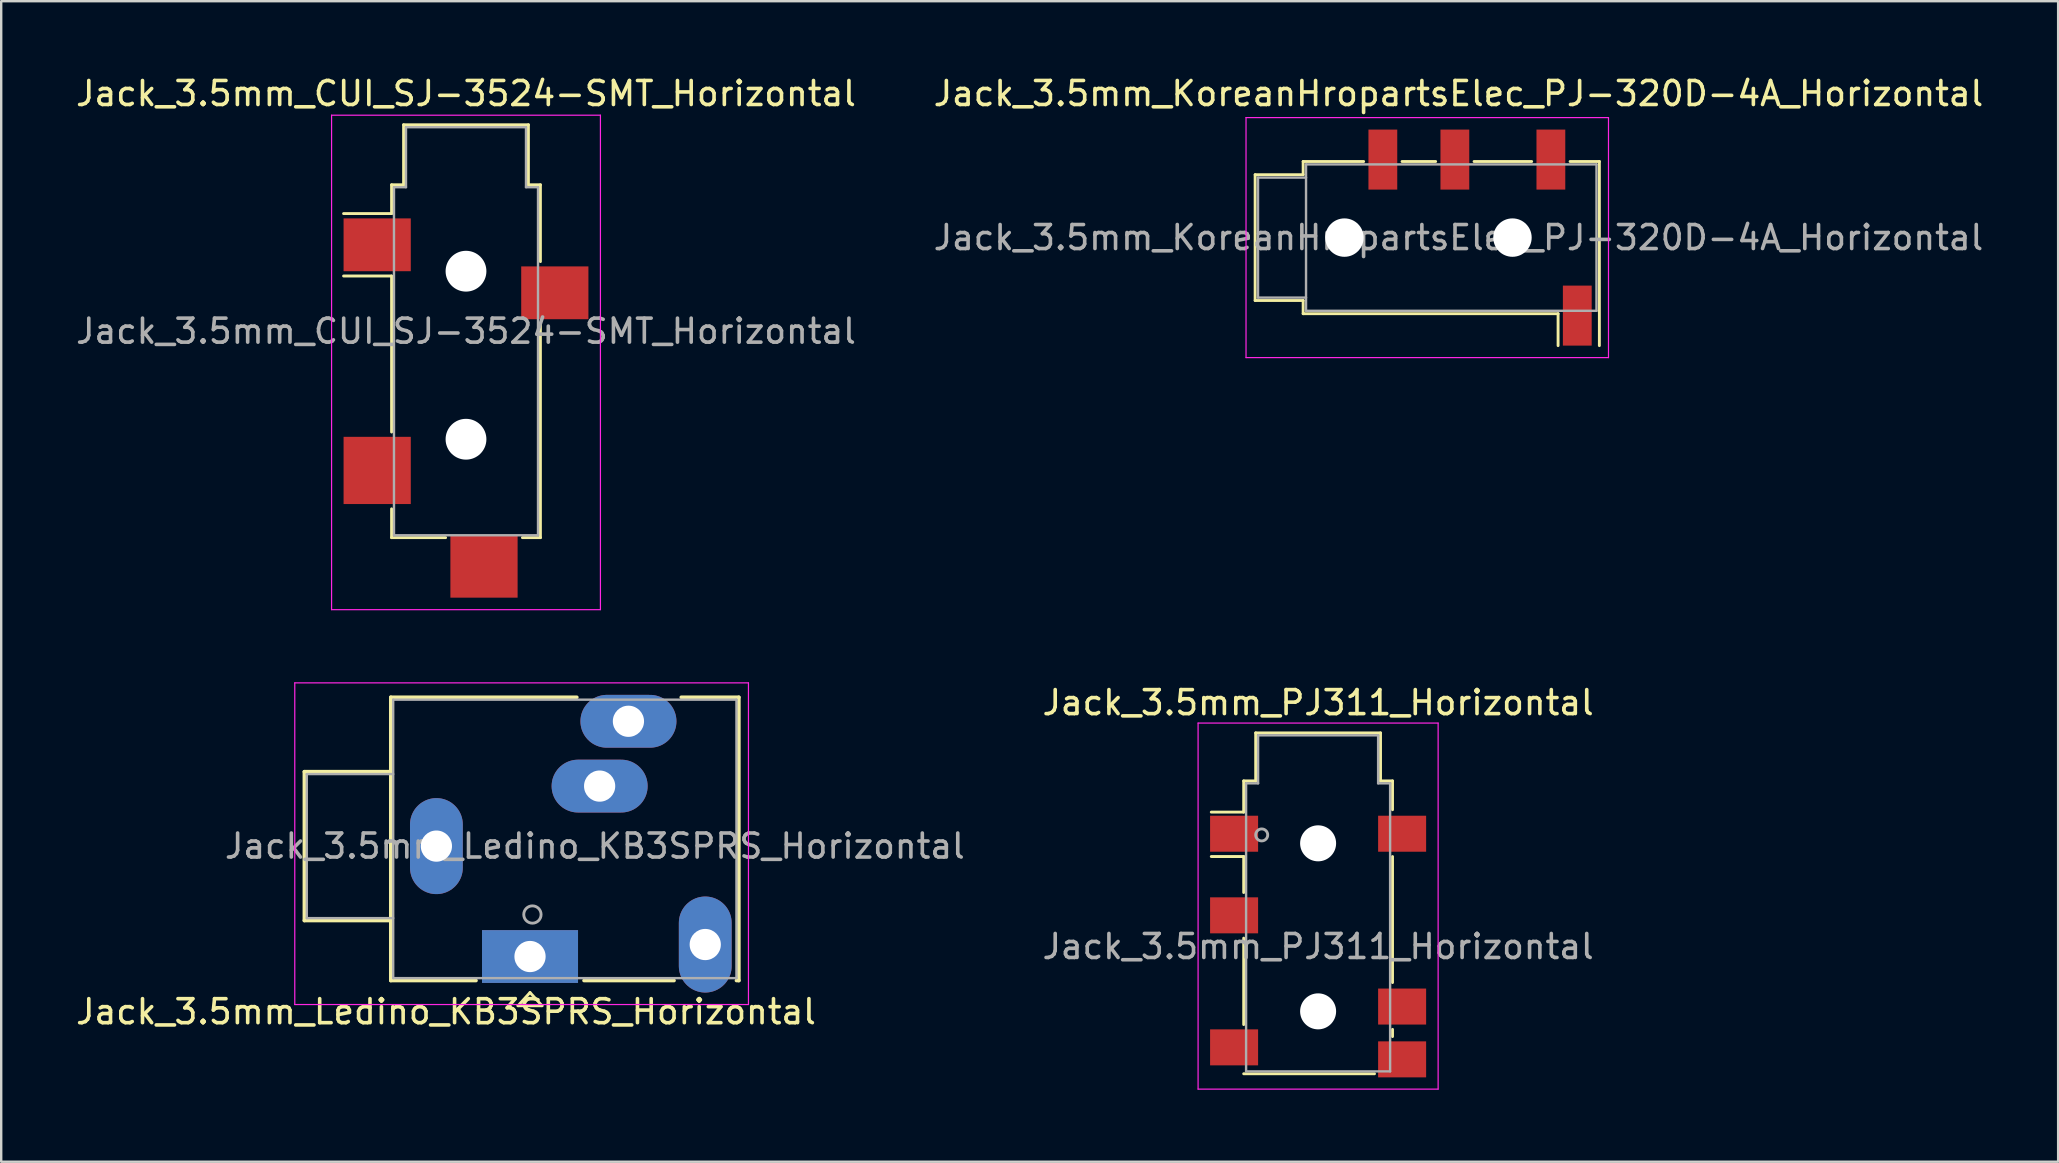
<source format=kicad_pcb>
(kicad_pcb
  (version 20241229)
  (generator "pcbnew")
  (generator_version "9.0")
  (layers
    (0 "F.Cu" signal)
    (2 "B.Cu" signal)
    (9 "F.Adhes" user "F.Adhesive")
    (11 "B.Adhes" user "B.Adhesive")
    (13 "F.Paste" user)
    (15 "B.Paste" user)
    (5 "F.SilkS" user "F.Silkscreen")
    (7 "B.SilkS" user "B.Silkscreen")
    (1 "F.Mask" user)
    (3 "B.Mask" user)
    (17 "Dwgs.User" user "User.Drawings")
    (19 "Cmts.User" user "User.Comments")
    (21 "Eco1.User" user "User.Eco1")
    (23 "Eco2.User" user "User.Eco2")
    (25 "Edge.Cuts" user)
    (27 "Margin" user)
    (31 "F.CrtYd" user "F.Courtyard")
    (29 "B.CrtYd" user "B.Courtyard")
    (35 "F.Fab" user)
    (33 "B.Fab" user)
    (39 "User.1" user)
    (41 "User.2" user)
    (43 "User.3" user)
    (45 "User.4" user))
  (footprint "Jack_3.5mm_PJ311_Horizontal"
    (layer "F.Cu")
    (at 51.861 36.382)
    (property "Reference" "Jack_3.5mm_PJ311_Horizontal" (at 0 -10.16 0) (layer "F.SilkS") (effects (font (size 1 1) (thickness 0.15))))
    (attr smd)
    (fp_line (start -3.1 -6.9) (end -2.6 -6.9) (stroke (width 0.12) (type solid)) (layer "F.SilkS"))
    (fp_line (start -3.1 -5.6) (end -4.45 -5.6) (stroke (width 0.12) (type solid)) (layer "F.SilkS"))
    (fp_line (start -3.1 -5.6) (end -3.1 -6.9) (stroke (width 0.12) (type solid)) (layer "F.SilkS"))
    (fp_line (start -3.1 -3.75) (end -4.45 -3.75) (stroke (width 0.12) (type solid)) (layer "F.SilkS"))
    (fp_line (start -3.1 -2.25) (end -3.1 -3.75) (stroke (width 0.12) (type solid)) (layer "F.SilkS"))
    (fp_line (start -3.1 3.25) (end -3.1 -0.35) (stroke (width 0.12) (type solid)) (layer "F.SilkS"))
    (fp_line (start -2.6 -8.9) (end 2.6 -8.9) (stroke (width 0.12) (type solid)) (layer "F.SilkS"))
    (fp_line (start -2.6 -6.9) (end -2.6 -8.9) (stroke (width 0.12) (type solid)) (layer "F.SilkS"))
    (fp_line (start 2.35 5.3) (end -3.1 5.3) (stroke (width 0.12) (type solid)) (layer "F.SilkS"))
    (fp_line (start 2.6 -8.9) (end 2.6 -6.9) (stroke (width 0.12) (type solid)) (layer "F.SilkS"))
    (fp_line (start 2.6 -6.9) (end 3.1 -6.9) (stroke (width 0.12) (type solid)) (layer "F.SilkS"))
    (fp_line (start 3.1 -6.9) (end 3.1 -5.7) (stroke (width 0.12) (type solid)) (layer "F.SilkS"))
    (fp_line (start 3.1 -3.75) (end 3.1 1.5) (stroke (width 0.12) (type solid)) (layer "F.SilkS"))
    (fp_line (start 3.1 3.45) (end 3.1 3.75) (stroke (width 0.12) (type solid)) (layer "F.SilkS"))
    (fp_line (start -5 -9.31) (end -5 5.94) (stroke (width 0.05) (type solid)) (layer "F.CrtYd"))
    (fp_line (start -5 -9.31) (end 5 -9.31) (stroke (width 0.05) (type solid)) (layer "F.CrtYd"))
    (fp_line (start -5 5.94) (end 5 5.94) (stroke (width 0.05) (type solid)) (layer "F.CrtYd"))
    (fp_line (start 5 5.94) (end 5 -9.31) (stroke (width 0.05) (type solid)) (layer "F.CrtYd"))
    (fp_line (start -3 -6.8) (end -3 5.2) (stroke (width 0.1) (type solid)) (layer "F.Fab"))
    (fp_line (start -3 5.2) (end 3 5.2) (stroke (width 0.1) (type solid)) (layer "F.Fab"))
    (fp_line (start -2.5 -8.8) (end -2.5 -6.8) (stroke (width 0.1) (type solid)) (layer "F.Fab"))
    (fp_line (start -2.5 -6.8) (end -3 -6.8) (stroke (width 0.1) (type solid)) (layer "F.Fab"))
    (fp_line (start 2.5 -8.8) (end -2.5 -8.8) (stroke (width 0.1) (type solid)) (layer "F.Fab"))
    (fp_line (start 2.5 -6.8) (end 2.5 -8.8) (stroke (width 0.1) (type solid)) (layer "F.Fab"))
    (fp_line (start 3 -6.8) (end 2.5 -6.8) (stroke (width 0.1) (type solid)) (layer "F.Fab"))
    (fp_line (start 3 5.2) (end 3 -6.8) (stroke (width 0.1) (type solid)) (layer "F.Fab"))
    (fp_circle (center -2.35 -4.65) (end -2.1 -4.65) (stroke (width 0.12) (type solid)) (fill no) (layer "F.Fab"))
    (fp_text user "${REFERENCE}" (at 0 0 0) (layer "F.Fab") (effects (font (size 1 1) (thickness 0.15))))
    (pad "" np_thru_hole circle (at 0 -4.3) (size 1.5 1.5) (drill 1.5) (layers "*.Cu" "*.Mask"))
    (pad "" np_thru_hole circle (at 0 2.7) (size 1.5 1.5) (drill 1.5) (layers "*.Cu" "*.Mask"))
    (pad "1" smd rect (at -3.5 -4.7) (size 2 1.5) (layers "F.Cu" "F.Mask" "F.Paste"))
    (pad "2" smd rect (at 3.5 -4.7) (size 2 1.5) (layers "F.Cu" "F.Mask" "F.Paste"))
    (pad "3" smd rect (at -3.5 -1.3) (size 2 1.5) (layers "F.Cu" "F.Mask" "F.Paste"))
    (pad "4" smd rect (at 3.5 2.5) (size 2 1.5) (layers "F.Cu" "F.Mask" "F.Paste"))
    (pad "5" smd rect (at 3.5 4.7) (size 2 1.5) (layers "F.Cu" "F.Mask" "F.Paste"))
    (pad "6" smd rect (at -3.5 4.2) (size 2 1.5) (layers "F.Cu" "F.Mask" "F.Paste")))
  (footprint "Jack_3.5mm_KoreanHropartsElec_PJ-320D-4A_Horizontal"
    (layer "F.Cu")
    (at 57.708 6.848)
    (property "Reference" "Jack_3.5mm_KoreanHropartsElec_PJ-320D-4A_Horizontal" (at 0 -6 0) (unlocked yes) (layer "F.SilkS") (effects (font (size 1 1) (thickness 0.15))))
    (attr smd)
    (fp_line (start -8.47 -2.62) (end -6.47 -2.62) (stroke (width 0.12) (type solid)) (layer "F.SilkS"))
    (fp_line (start -8.47 2.62) (end -8.47 -2.62) (stroke (width 0.12) (type solid)) (layer "F.SilkS"))
    (fp_line (start -6.47 -3.17) (end -3.95 -3.17) (stroke (width 0.12) (type solid)) (layer "F.SilkS"))
    (fp_line (start -6.47 -2.62) (end -6.47 -3.17) (stroke (width 0.12) (type solid)) (layer "F.SilkS"))
    (fp_line (start -6.47 2.62) (end -8.47 2.62) (stroke (width 0.12) (type solid)) (layer "F.SilkS"))
    (fp_line (start -6.47 3.17) (end -6.47 2.62) (stroke (width 0.12) (type solid)) (layer "F.SilkS"))
    (fp_line (start -2.35 -3.17) (end -0.95 -3.17) (stroke (width 0.12) (type solid)) (layer "F.SilkS"))
    (fp_line (start 0.65 -3.17) (end 3.05 -3.17) (stroke (width 0.12) (type solid)) (layer "F.SilkS"))
    (fp_line (start 4.15 3.17) (end -6.47 3.17) (stroke (width 0.12) (type solid)) (layer "F.SilkS"))
    (fp_line (start 4.15 4.5) (end 4.15 3.17) (stroke (width 0.12) (type solid)) (layer "F.SilkS"))
    (fp_line (start 5.87 -3.17) (end 4.65 -3.17) (stroke (width 0.12) (type solid)) (layer "F.SilkS"))
    (fp_line (start 5.87 -3.17) (end 5.87 4.5) (stroke (width 0.12) (type solid)) (layer "F.SilkS"))
    (fp_line (start -8.85 -5) (end -8.85 5) (stroke (width 0.05) (type solid)) (layer "F.CrtYd"))
    (fp_line (start -8.85 5) (end 6.25 5) (stroke (width 0.05) (type solid)) (layer "F.CrtYd"))
    (fp_line (start 6.25 -5) (end -8.85 -5) (stroke (width 0.05) (type solid)) (layer "F.CrtYd"))
    (fp_line (start 6.25 5) (end 6.25 -5) (stroke (width 0.05) (type solid)) (layer "F.CrtYd"))
    (fp_line (start -8.35 -2.5) (end -6.35 -2.5) (stroke (width 0.1) (type solid)) (layer "F.Fab"))
    (fp_line (start -8.35 2.5) (end -8.35 -2.5) (stroke (width 0.1) (type solid)) (layer "F.Fab"))
    (fp_line (start -6.35 -3.05) (end 5.75 -3.05) (stroke (width 0.1) (type solid)) (layer "F.Fab"))
    (fp_line (start -6.35 2.5) (end -8.35 2.5) (stroke (width 0.1) (type solid)) (layer "F.Fab"))
    (fp_line (start -6.35 3.05) (end -6.35 -3.05) (stroke (width 0.1) (type solid)) (layer "F.Fab"))
    (fp_line (start 5.75 -3.05) (end 5.75 3.05) (stroke (width 0.1) (type solid)) (layer "F.Fab"))
    (fp_line (start 5.75 3.05) (end -6.35 3.05) (stroke (width 0.1) (type solid)) (layer "F.Fab"))
    (fp_text user "${REFERENCE}" (at 0 0 0) (unlocked yes) (layer "F.Fab") (effects (font (size 1 1) (thickness 0.15))))
    (pad "" np_thru_hole circle (at -4.75 0) (size 1.6 1.6) (drill 1.6) (layers "*.Cu" "*.Mask"))
    (pad "" np_thru_hole circle (at 2.25 0) (size 1.6 1.6) (drill 1.6) (layers "*.Cu" "*.Mask"))
    (pad "R1" smd rect (at -0.15 -3.25) (size 1.2 2.5) (layers "F.Cu" "F.Mask" "F.Paste"))
    (pad "R2" smd rect (at -3.15 -3.25) (size 1.2 2.5) (layers "F.Cu" "F.Mask" "F.Paste"))
    (pad "S" smd rect (at 4.95 3.25) (size 1.2 2.5) (layers "F.Cu" "F.Mask" "F.Paste"))
    (pad "T" smd rect (at 3.85 -3.25) (size 1.2 2.5) (layers "F.Cu" "F.Mask" "F.Paste")))
  (footprint "Jack_3.5mm_Ledino_KB3SPRS_Horizontal"
    (layer "F.Cu")
    (at 19.03 36.798)
    (property "Reference" "Jack_3.5mm_Ledino_KB3SPRS_Horizontal" (at -3.5 2.3 0) (layer "F.SilkS") (effects (font (size 1 1) (thickness 0.15))))
    (attr through_hole)
    (fp_line (start -9.4 -7.7) (end -9.4 -1.5) (stroke (width 0.15) (type solid)) (layer "F.SilkS"))
    (fp_line (start -9.4 -1.5) (end -5.8 -1.5) (stroke (width 0.15) (type solid)) (layer "F.SilkS"))
    (fp_line (start -5.8 -10.8) (end 1.95 -10.8) (stroke (width 0.15) (type solid)) (layer "F.SilkS"))
    (fp_line (start -5.8 -7.7) (end -9.4 -7.7) (stroke (width 0.15) (type solid)) (layer "F.SilkS"))
    (fp_line (start -5.8 1) (end -5.8 -10.8) (stroke (width 0.15) (type solid)) (layer "F.SilkS"))
    (fp_line (start -2.25 1) (end -5.8 1) (stroke (width 0.15) (type solid)) (layer "F.SilkS"))
    (fp_line (start -0.5 2.05) (end 0.5 2.05) (stroke (width 0.12) (type solid)) (layer "F.SilkS"))
    (fp_line (start 0 1.5) (end -0.5 2.05) (stroke (width 0.12) (type solid)) (layer "F.SilkS"))
    (fp_line (start 0.5 2.05) (end 0 1.5) (stroke (width 0.12) (type solid)) (layer "F.SilkS"))
    (fp_line (start 6 1) (end 2.25 1) (stroke (width 0.15) (type solid)) (layer "F.SilkS"))
    (fp_line (start 6.3 -10.8) (end 8.7 -10.8) (stroke (width 0.15) (type solid)) (layer "F.SilkS"))
    (fp_line (start 8.7 -10.8) (end 8.7 1) (stroke (width 0.15) (type solid)) (layer "F.SilkS"))
    (fp_line (start 8.7 1) (end 8.6 1) (stroke (width 0.15) (type solid)) (layer "F.SilkS"))
    (fp_line (start -9.8 -11.4) (end -9.8 2) (stroke (width 0.05) (type solid)) (layer "F.CrtYd"))
    (fp_line (start -9.8 2) (end 9.1 2) (stroke (width 0.05) (type solid)) (layer "F.CrtYd"))
    (fp_line (start 9.1 -11.4) (end -9.8 -11.4) (stroke (width 0.05) (type solid)) (layer "F.CrtYd"))
    (fp_line (start 9.1 2) (end 9.1 -11.4) (stroke (width 0.05) (type solid)) (layer "F.CrtYd"))
    (fp_line (start -9.3 -7.6) (end -9.3 -1.6) (stroke (width 0.1) (type solid)) (layer "F.Fab"))
    (fp_line (start -9.3 -7.6) (end -5.7 -7.6) (stroke (width 0.1) (type solid)) (layer "F.Fab"))
    (fp_line (start -9.3 -1.6) (end -5.7 -1.6) (stroke (width 0.1) (type solid)) (layer "F.Fab"))
    (fp_line (start -5.7 -10.7) (end -5.7 0.9) (stroke (width 0.1) (type solid)) (layer "F.Fab"))
    (fp_line (start -5.7 0.9) (end 8.6 0.9) (stroke (width 0.1) (type solid)) (layer "F.Fab"))
    (fp_line (start 8.6 -10.7) (end -5.7 -10.7) (stroke (width 0.1) (type solid)) (layer "F.Fab"))
    (fp_line (start 8.6 0.9) (end 8.6 -10.7) (stroke (width 0.1) (type solid)) (layer "F.Fab"))
    (fp_circle (center 0.1 -1.75) (end 0.4 -1.55) (stroke (width 0.12) (type solid)) (fill no) (layer "F.Fab"))
    (fp_text user "${REFERENCE}" (at 2.7 -4.6 0) (layer "F.Fab") (effects (font (size 1 1) (thickness 0.15))))
    (pad "R" thru_hole oval (at 4.1 -9.8) (size 4 2.2) (drill 1.3) (layers "*.Cu" "*.Mask"))
    (pad "RN" thru_hole oval (at 2.9 -7.1) (size 4 2.2) (drill 1.3) (layers "*.Cu" "*.Mask"))
    (pad "S" thru_hole oval (at -3.9 -4.6) (size 2.2 4) (drill 1.3) (layers "*.Cu" "*.Mask"))
    (pad "T" thru_hole rect (at 0 0) (size 4 2.2) (drill 1.3) (layers "*.Cu" "*.Mask"))
    (pad "TN" thru_hole oval (at 7.3 -0.5 90) (size 4 2.2) (drill 1.3) (layers "*.Cu" "*.Mask")))
  (footprint "Jack_3.5mm_CUI_SJ-3524-SMT_Horizontal"
    (layer "F.Cu")
    (at 16.363 10.748)
    (property "Reference" "Jack_3.5mm_CUI_SJ-3524-SMT_Horizontal" (at 0 -9.9 0) (layer "F.SilkS") (effects (font (size 1 1) (thickness 0.15))))
    (attr smd)
    (fp_line (start -3.1 -6.1) (end -2.6 -6.1) (stroke (width 0.12) (type solid)) (layer "F.SilkS"))
    (fp_line (start -3.1 -4.9) (end -5.1 -4.9) (stroke (width 0.12) (type solid)) (layer "F.SilkS"))
    (fp_line (start -3.1 -4.9) (end -3.1 -6.1) (stroke (width 0.12) (type solid)) (layer "F.SilkS"))
    (fp_line (start -3.1 -2.3) (end -5.1 -2.3) (stroke (width 0.12) (type solid)) (layer "F.SilkS"))
    (fp_line (start -3.1 4.2) (end -3.1 -2.3) (stroke (width 0.12) (type solid)) (layer "F.SilkS"))
    (fp_line (start -3.1 8.6) (end -3.1 7.4) (stroke (width 0.12) (type solid)) (layer "F.SilkS"))
    (fp_line (start -2.6 -8.6) (end 2.6 -8.6) (stroke (width 0.12) (type solid)) (layer "F.SilkS"))
    (fp_line (start -2.6 -6.1) (end -2.6 -8.6) (stroke (width 0.12) (type solid)) (layer "F.SilkS"))
    (fp_line (start -0.85 8.6) (end -3.1 8.6) (stroke (width 0.12) (type solid)) (layer "F.SilkS"))
    (fp_line (start 2.6 -8.6) (end 2.6 -6.1) (stroke (width 0.12) (type solid)) (layer "F.SilkS"))
    (fp_line (start 2.6 -6.1) (end 3.1 -6.1) (stroke (width 0.12) (type solid)) (layer "F.SilkS"))
    (fp_line (start 3.1 -6.1) (end 3.1 -2.9) (stroke (width 0.12) (type solid)) (layer "F.SilkS"))
    (fp_line (start 3.1 -0.3) (end 3.1 8.6) (stroke (width 0.12) (type solid)) (layer "F.SilkS"))
    (fp_line (start 3.1 8.6) (end 2.35 8.6) (stroke (width 0.12) (type solid)) (layer "F.SilkS"))
    (fp_line (start -5.6 -9) (end 5.6 -9) (stroke (width 0.05) (type solid)) (layer "F.CrtYd"))
    (fp_line (start -5.6 11.6) (end -5.6 -9) (stroke (width 0.05) (type solid)) (layer "F.CrtYd"))
    (fp_line (start 5.6 -9) (end 5.6 11.6) (stroke (width 0.05) (type solid)) (layer "F.CrtYd"))
    (fp_line (start 5.6 11.6) (end -5.6 11.6) (stroke (width 0.05) (type solid)) (layer "F.CrtYd"))
    (fp_line (start -3 -6) (end -2.5 -6) (stroke (width 0.1) (type solid)) (layer "F.Fab"))
    (fp_line (start -3 8.5) (end -3 -6) (stroke (width 0.1) (type solid)) (layer "F.Fab"))
    (fp_line (start -2.5 -8.5) (end 2.5 -8.5) (stroke (width 0.1) (type solid)) (layer "F.Fab"))
    (fp_line (start -2.5 -6) (end -2.5 -8.5) (stroke (width 0.1) (type solid)) (layer "F.Fab"))
    (fp_line (start 2.5 -8.5) (end 2.5 -6) (stroke (width 0.1) (type solid)) (layer "F.Fab"))
    (fp_line (start 2.5 -6) (end 3 -6) (stroke (width 0.1) (type solid)) (layer "F.Fab"))
    (fp_line (start 3 -6) (end 3 8.5) (stroke (width 0.1) (type solid)) (layer "F.Fab"))
    (fp_line (start 3 8.5) (end -3 8.5) (stroke (width 0.1) (type solid)) (layer "F.Fab"))
    (fp_text user "${REFERENCE}" (at 0 0 0) (layer "F.Fab") (effects (font (size 1 1) (thickness 0.15))))
    (pad "" np_thru_hole circle (at 0 -2.5) (size 1.7 1.7) (drill 1.7) (layers "*.Cu" "*.Mask"))
    (pad "" np_thru_hole circle (at 0 4.5) (size 1.7 1.7) (drill 1.7) (layers "*.Cu" "*.Mask"))
    (pad "R" smd rect (at 3.7 -1.6) (size 2.8 2.2) (layers "F.Cu" "F.Mask" "F.Paste"))
    (pad "S" smd rect (at -3.7 -3.6) (size 2.8 2.2) (layers "F.Cu" "F.Mask" "F.Paste"))
    (pad "T" smd rect (at -3.7 5.8) (size 2.8 2.8) (layers "F.Cu" "F.Mask" "F.Paste"))
    (pad "TN" smd rect (at 0.75 9.8) (size 2.8 2.6) (layers "F.Cu" "F.Mask" "F.Paste")))
  (gr_rect
    (start -3 -3)
    (end 82.69 45.346)
    (stroke (width 0.1) (type default))
    (fill no)
    (layer "Edge.Cuts")))
</source>
